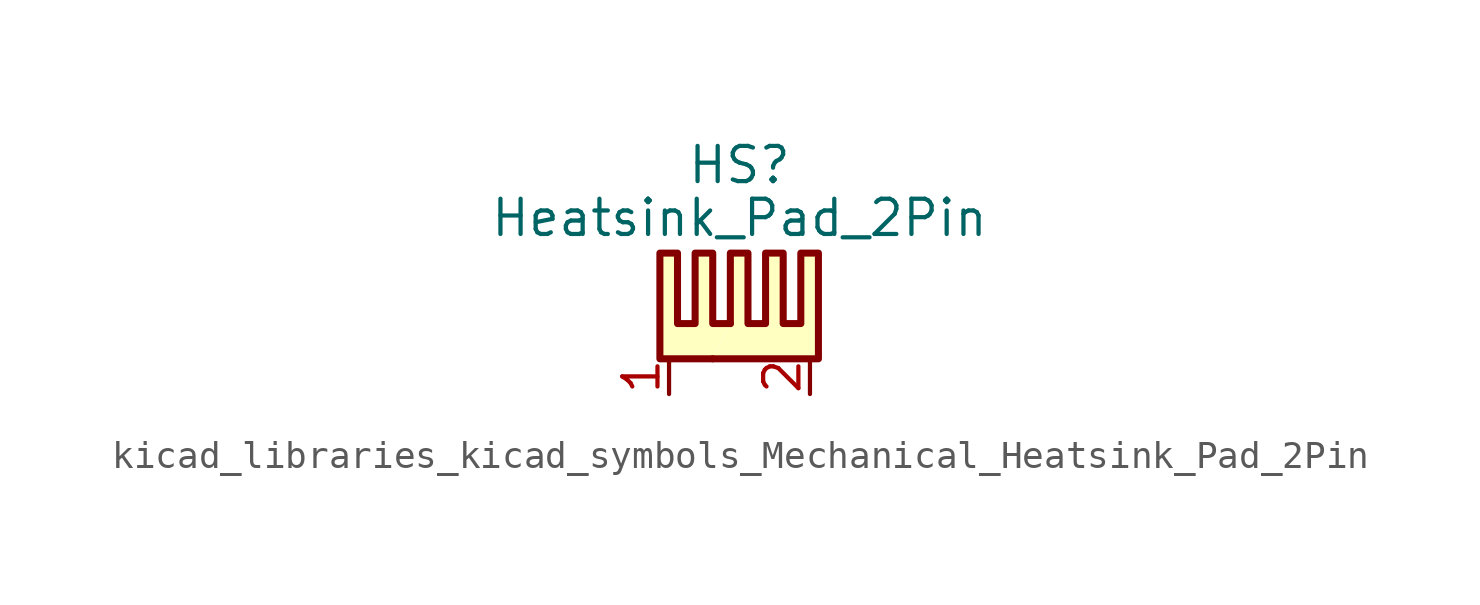
<source format=kicad_sym>
(kicad_symbol_lib
  (version 20220914)
  (generator kicad_symbol_editor)
  (symbol "kicad_libraries_kicad_symbols_Mechanical_Heatsink_Pad_2Pin"
    (pin_names
      (offset 0))
    (property "Reference" "HS"
      (at 0 5.715 0)
      (effects (font (size 1.27 1.27))))
    (property "Value" "Heatsink_Pad_2Pin"
      (at 0 3.81 0)
      (effects (font (size 1.27 1.27))))
    (symbol "kicad_libraries_kicad_symbols_Mechanical_Heatsink_Pad_2Pin_0_1"
      (polyline (pts (xy -0.33 0) (xy -0.965 0) (xy -0.965 2.54) (xy -1.6 2.54) (xy -1.6 0) (xy -2.235 0) (xy -2.235 2.54) (xy -2.87 2.54) (xy -2.87 -1.27) (xy -0.965 -1.27)) (stroke (width 0.254) (type default)) (fill (type background)))
      (polyline (pts (xy -0.33 0) (xy -0.33 2.54) (xy 0.305 2.54) (xy 0.305 0) (xy 0.94 0) (xy 0.94 2.54) (xy 1.575 2.54) (xy 1.575 0) (xy 2.21 0) (xy 2.21 2.54) (xy 2.845 2.54) (xy 2.845 -1.27) (xy -0.965 -1.27)) (stroke (width 0.254) (type default)) (fill (type background))))
    (symbol "kicad_libraries_kicad_symbols_Mechanical_Heatsink_Pad_2Pin_1_1"
      (pin passive line (at -2.54 -2.54 90) (length 1.27) (name "~" (effects (font (size 1.27 1.27)))) (number "1" (effects (font (size 1.27 1.27)))))
      (pin passive line (at 2.54 -2.54 90) (length 1.27) (name "~" (effects (font (size 1.27 1.27)))) (number "2" (effects (font (size 1.27 1.27))))))))
</source>
